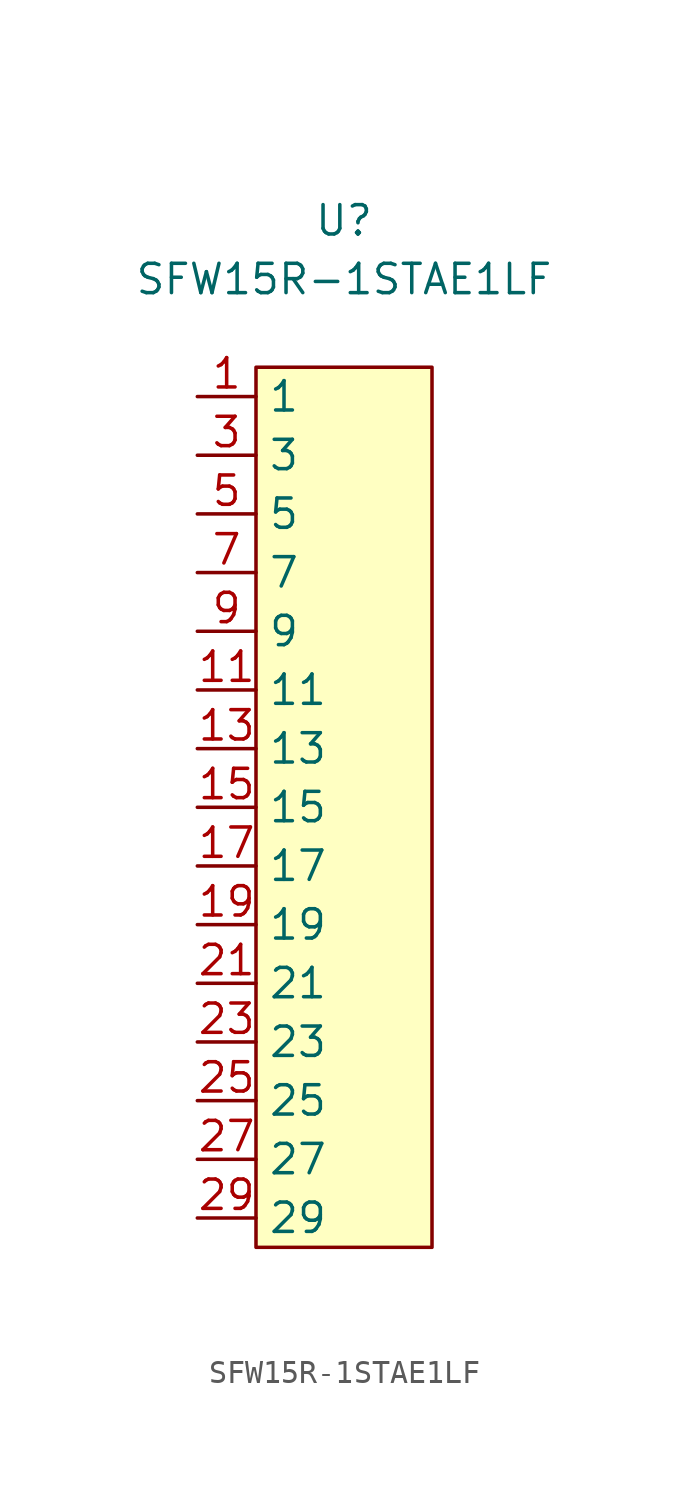
<source format=kicad_sym>
(kicad_symbol_lib
  (version 20211014)
  (generator kicad_symbol_editor)
  (symbol "SFW15R-1STAE1LF"
    (property "Reference" "U"
      (at 0 5.08 0)
      (effects (font (size 1.27 1.27))))
    (property "Value" "SFW15R-1STAE1LF"
      (at 0 2.54 0)
      (effects (font (size 1.27 1.27))))
    (symbol "SFW15R-1STAE1LF_0_1"
      (rectangle (start -3.81 -1.27) (end 3.81 -39.37) (stroke (width 0) (type default) (color 0 0 0 0)) (fill (type background))))
    (symbol "SFW15R-1STAE1LF_1_1"
      (pin input line (at -6.35 -2.54 0) (length 2.54) (name "1" (effects (font (size 1.27 1.27)))) (number "1" (effects (font (size 1.27 1.27)))))
      (pin input line (at 6.35 -12.7 180) (length 2.54) hide (name "NC" (effects (font (size 1.27 1.27)))) (number "10" (effects (font (size 1.27 1.27)))))
      (pin input line (at -6.35 -15.24 0) (length 2.54) (name "11" (effects (font (size 1.27 1.27)))) (number "11" (effects (font (size 1.27 1.27)))))
      (pin input line (at 6.35 -15.24 180) (length 2.54) hide (name "NC" (effects (font (size 1.27 1.27)))) (number "12" (effects (font (size 1.27 1.27)))))
      (pin input line (at -6.35 -17.78 0) (length 2.54) (name "13" (effects (font (size 1.27 1.27)))) (number "13" (effects (font (size 1.27 1.27)))))
      (pin input line (at 6.35 -17.78 180) (length 2.54) hide (name "NC" (effects (font (size 1.27 1.27)))) (number "14" (effects (font (size 1.27 1.27)))))
      (pin input line (at -6.35 -20.32 0) (length 2.54) (name "15" (effects (font (size 1.27 1.27)))) (number "15" (effects (font (size 1.27 1.27)))))
      (pin input line (at 6.35 -20.32 180) (length 2.54) hide (name "NC" (effects (font (size 1.27 1.27)))) (number "16" (effects (font (size 1.27 1.27)))))
      (pin input line (at -6.35 -22.86 0) (length 2.54) (name "17" (effects (font (size 1.27 1.27)))) (number "17" (effects (font (size 1.27 1.27)))))
      (pin input line (at 6.35 -22.86 180) (length 2.54) hide (name "NC" (effects (font (size 1.27 1.27)))) (number "18" (effects (font (size 1.27 1.27)))))
      (pin input line (at -6.35 -25.4 0) (length 2.54) (name "19" (effects (font (size 1.27 1.27)))) (number "19" (effects (font (size 1.27 1.27)))))
      (pin input line (at 6.35 -2.54 180) (length 2.54) hide (name "NC" (effects (font (size 1.27 1.27)))) (number "2" (effects (font (size 1.27 1.27)))))
      (pin input line (at 6.35 -25.4 180) (length 2.54) hide (name "NC" (effects (font (size 1.27 1.27)))) (number "20" (effects (font (size 1.27 1.27)))))
      (pin input line (at -6.35 -27.94 0) (length 2.54) (name "21" (effects (font (size 1.27 1.27)))) (number "21" (effects (font (size 1.27 1.27)))))
      (pin input line (at 6.35 -27.94 180) (length 2.54) hide (name "NC" (effects (font (size 1.27 1.27)))) (number "22" (effects (font (size 1.27 1.27)))))
      (pin input line (at -6.35 -30.48 0) (length 2.54) (name "23" (effects (font (size 1.27 1.27)))) (number "23" (effects (font (size 1.27 1.27)))))
      (pin input line (at 6.35 -30.48 180) (length 2.54) hide (name "NC" (effects (font (size 1.27 1.27)))) (number "24" (effects (font (size 1.27 1.27)))))
      (pin input line (at -6.35 -33.02 0) (length 2.54) (name "25" (effects (font (size 1.27 1.27)))) (number "25" (effects (font (size 1.27 1.27)))))
      (pin input line (at 6.35 -33.02 180) (length 2.54) hide (name "NC" (effects (font (size 1.27 1.27)))) (number "26" (effects (font (size 1.27 1.27)))))
      (pin input line (at -6.35 -35.56 0) (length 2.54) (name "27" (effects (font (size 1.27 1.27)))) (number "27" (effects (font (size 1.27 1.27)))))
      (pin input line (at 6.35 -35.56 180) (length 2.54) hide (name "NC" (effects (font (size 1.27 1.27)))) (number "28" (effects (font (size 1.27 1.27)))))
      (pin input line (at -6.35 -38.1 0) (length 2.54) (name "29" (effects (font (size 1.27 1.27)))) (number "29" (effects (font (size 1.27 1.27)))))
      (pin input line (at -6.35 -5.08 0) (length 2.54) (name "3" (effects (font (size 1.27 1.27)))) (number "3" (effects (font (size 1.27 1.27)))))
      (pin input line (at 6.35 -38.1 180) (length 2.54) hide (name "NC" (effects (font (size 1.27 1.27)))) (number "30" (effects (font (size 1.27 1.27)))))
      (pin input line (at 6.35 -5.08 180) (length 2.54) hide (name "NC" (effects (font (size 1.27 1.27)))) (number "4" (effects (font (size 1.27 1.27)))))
      (pin input line (at -6.35 -7.62 0) (length 2.54) (name "5" (effects (font (size 1.27 1.27)))) (number "5" (effects (font (size 1.27 1.27)))))
      (pin input line (at 6.35 -7.62 180) (length 2.54) hide (name "NC" (effects (font (size 1.27 1.27)))) (number "6" (effects (font (size 1.27 1.27)))))
      (pin input line (at -6.35 -10.16 0) (length 2.54) (name "7" (effects (font (size 1.27 1.27)))) (number "7" (effects (font (size 1.27 1.27)))))
      (pin input line (at 6.35 -10.16 180) (length 2.54) hide (name "NC" (effects (font (size 1.27 1.27)))) (number "8" (effects (font (size 1.27 1.27)))))
      (pin input line (at -6.35 -12.7 0) (length 2.54) (name "9" (effects (font (size 1.27 1.27)))) (number "9" (effects (font (size 1.27 1.27))))))))
</source>
